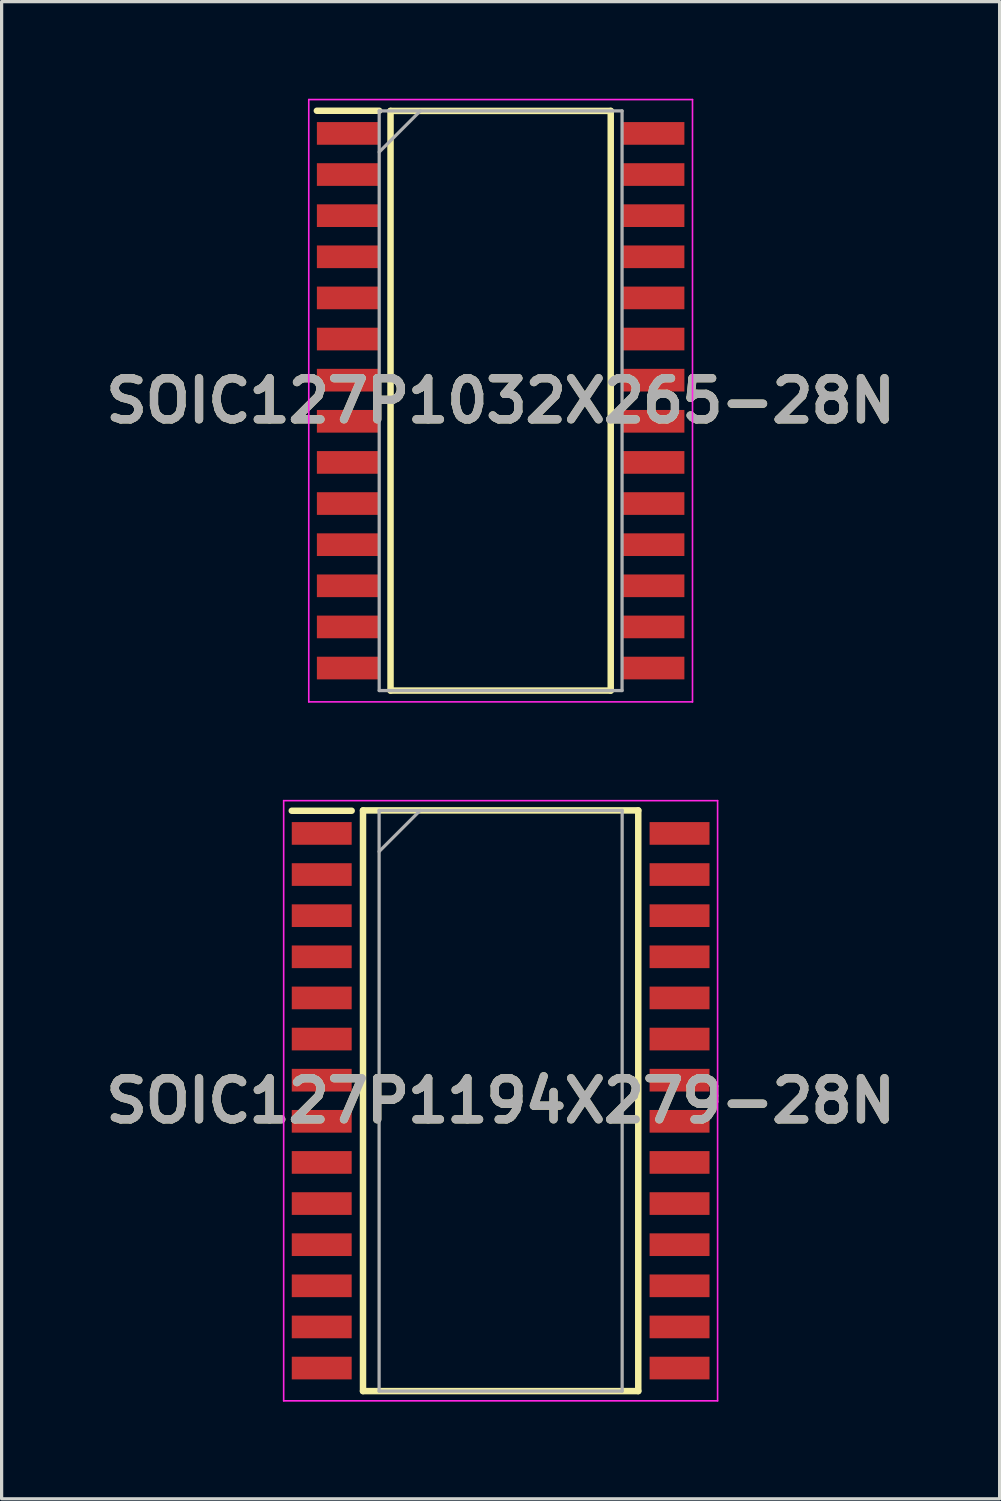
<source format=kicad_pcb>
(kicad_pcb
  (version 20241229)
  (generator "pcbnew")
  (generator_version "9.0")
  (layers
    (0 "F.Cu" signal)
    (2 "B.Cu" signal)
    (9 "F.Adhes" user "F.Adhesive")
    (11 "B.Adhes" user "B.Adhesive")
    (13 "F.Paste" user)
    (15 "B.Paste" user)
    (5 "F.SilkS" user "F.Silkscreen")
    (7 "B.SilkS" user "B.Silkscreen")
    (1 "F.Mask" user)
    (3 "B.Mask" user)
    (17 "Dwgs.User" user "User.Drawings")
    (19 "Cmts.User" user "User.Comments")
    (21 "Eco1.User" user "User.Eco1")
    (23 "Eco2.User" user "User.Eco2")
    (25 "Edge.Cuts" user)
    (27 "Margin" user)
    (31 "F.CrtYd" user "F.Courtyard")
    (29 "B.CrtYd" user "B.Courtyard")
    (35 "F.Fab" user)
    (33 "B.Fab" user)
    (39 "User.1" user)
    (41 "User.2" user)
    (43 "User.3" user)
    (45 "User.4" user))
  (footprint "SOIC127P1194X279-28N"
    (layer "F.Cu")
    (at 12.41 30.942)
    (property "Reference" "SOIC127P1194X279-28N" (at 0 0 0) (layer "F.SilkS") (effects (font (size 1.27 1.27) (thickness 0.254))))
    (attr smd)
    (fp_line (start -6.45 -8.955) (end -4.6 -8.955) (stroke (width 0.2) (type solid)) (layer "F.SilkS"))
    (fp_line (start -4.25 -8.966) (end 4.25 -8.966) (stroke (width 0.2) (type solid)) (layer "F.SilkS"))
    (fp_line (start -4.25 8.966) (end -4.25 -8.966) (stroke (width 0.2) (type solid)) (layer "F.SilkS"))
    (fp_line (start 4.25 -8.966) (end 4.25 8.966) (stroke (width 0.2) (type solid)) (layer "F.SilkS"))
    (fp_line (start 4.25 8.966) (end -4.25 8.966) (stroke (width 0.2) (type solid)) (layer "F.SilkS"))
    (fp_line (start -6.7 -9.267) (end 6.7 -9.267) (stroke (width 0.05) (type solid)) (layer "F.CrtYd"))
    (fp_line (start -6.7 9.267) (end -6.7 -9.267) (stroke (width 0.05) (type solid)) (layer "F.CrtYd"))
    (fp_line (start 6.7 -9.267) (end 6.7 9.267) (stroke (width 0.05) (type solid)) (layer "F.CrtYd"))
    (fp_line (start 6.7 9.267) (end -6.7 9.267) (stroke (width 0.05) (type solid)) (layer "F.CrtYd"))
    (fp_line (start -3.753 -8.966) (end 3.753 -8.966) (stroke (width 0.1) (type solid)) (layer "F.Fab"))
    (fp_line (start -3.753 -7.696) (end -2.483 -8.966) (stroke (width 0.1) (type solid)) (layer "F.Fab"))
    (fp_line (start -3.753 8.966) (end -3.753 -8.966) (stroke (width 0.1) (type solid)) (layer "F.Fab"))
    (fp_line (start 3.753 -8.966) (end 3.753 8.966) (stroke (width 0.1) (type solid)) (layer "F.Fab"))
    (fp_line (start 3.753 8.966) (end -3.753 8.966) (stroke (width 0.1) (type solid)) (layer "F.Fab"))
    (fp_text user "${REFERENCE}" (at 0 0 0) (layer "F.Fab") (effects (font (size 1.27 1.27) (thickness 0.254))))
    (pad "1" smd rect (at -5.525 -8.255 90) (size 0.7 1.85) (layers "F.Cu" "F.Mask" "F.Paste"))
    (pad "2" smd rect (at -5.525 -6.985 90) (size 0.7 1.85) (layers "F.Cu" "F.Mask" "F.Paste"))
    (pad "3" smd rect (at -5.525 -5.715 90) (size 0.7 1.85) (layers "F.Cu" "F.Mask" "F.Paste"))
    (pad "4" smd rect (at -5.525 -4.445 90) (size 0.7 1.85) (layers "F.Cu" "F.Mask" "F.Paste"))
    (pad "5" smd rect (at -5.525 -3.175 90) (size 0.7 1.85) (layers "F.Cu" "F.Mask" "F.Paste"))
    (pad "6" smd rect (at -5.525 -1.905 90) (size 0.7 1.85) (layers "F.Cu" "F.Mask" "F.Paste"))
    (pad "7" smd rect (at -5.525 -0.635 90) (size 0.7 1.85) (layers "F.Cu" "F.Mask" "F.Paste"))
    (pad "8" smd rect (at -5.525 0.635 90) (size 0.7 1.85) (layers "F.Cu" "F.Mask" "F.Paste"))
    (pad "9" smd rect (at -5.525 1.905 90) (size 0.7 1.85) (layers "F.Cu" "F.Mask" "F.Paste"))
    (pad "10" smd rect (at -5.525 3.175 90) (size 0.7 1.85) (layers "F.Cu" "F.Mask" "F.Paste"))
    (pad "11" smd rect (at -5.525 4.445 90) (size 0.7 1.85) (layers "F.Cu" "F.Mask" "F.Paste"))
    (pad "12" smd rect (at -5.525 5.715 90) (size 0.7 1.85) (layers "F.Cu" "F.Mask" "F.Paste"))
    (pad "13" smd rect (at -5.525 6.985 90) (size 0.7 1.85) (layers "F.Cu" "F.Mask" "F.Paste"))
    (pad "14" smd rect (at -5.525 8.255 90) (size 0.7 1.85) (layers "F.Cu" "F.Mask" "F.Paste"))
    (pad "15" smd rect (at 5.525 8.255 90) (size 0.7 1.85) (layers "F.Cu" "F.Mask" "F.Paste"))
    (pad "16" smd rect (at 5.525 6.985 90) (size 0.7 1.85) (layers "F.Cu" "F.Mask" "F.Paste"))
    (pad "17" smd rect (at 5.525 5.715 90) (size 0.7 1.85) (layers "F.Cu" "F.Mask" "F.Paste"))
    (pad "18" smd rect (at 5.525 4.445 90) (size 0.7 1.85) (layers "F.Cu" "F.Mask" "F.Paste"))
    (pad "19" smd rect (at 5.525 3.175 90) (size 0.7 1.85) (layers "F.Cu" "F.Mask" "F.Paste"))
    (pad "20" smd rect (at 5.525 1.905 90) (size 0.7 1.85) (layers "F.Cu" "F.Mask" "F.Paste"))
    (pad "21" smd rect (at 5.525 0.635 90) (size 0.7 1.85) (layers "F.Cu" "F.Mask" "F.Paste"))
    (pad "22" smd rect (at 5.525 -0.635 90) (size 0.7 1.85) (layers "F.Cu" "F.Mask" "F.Paste"))
    (pad "23" smd rect (at 5.525 -1.905 90) (size 0.7 1.85) (layers "F.Cu" "F.Mask" "F.Paste"))
    (pad "24" smd rect (at 5.525 -3.175 90) (size 0.7 1.85) (layers "F.Cu" "F.Mask" "F.Paste"))
    (pad "25" smd rect (at 5.525 -4.445 90) (size 0.7 1.85) (layers "F.Cu" "F.Mask" "F.Paste"))
    (pad "26" smd rect (at 5.525 -5.715 90) (size 0.7 1.85) (layers "F.Cu" "F.Mask" "F.Paste"))
    (pad "27" smd rect (at 5.525 -6.985 90) (size 0.7 1.85) (layers "F.Cu" "F.Mask" "F.Paste"))
    (pad "28" smd rect (at 5.525 -8.255 90) (size 0.7 1.85) (layers "F.Cu" "F.Mask" "F.Paste")))
  (footprint "SOIC127P1032X265-28N"
    (layer "F.Cu")
    (at 12.41 9.325)
    (property "Reference" "SOIC127P1032X265-28N" (at 0 0 0) (layer "F.SilkS") (effects (font (size 1.27 1.27) (thickness 0.254))))
    (attr smd)
    (fp_line (start -5.675 -8.955) (end -3.75 -8.955) (stroke (width 0.2) (type solid)) (layer "F.SilkS"))
    (fp_line (start -3.4 -8.95) (end 3.4 -8.95) (stroke (width 0.2) (type solid)) (layer "F.SilkS"))
    (fp_line (start -3.4 8.95) (end -3.4 -8.95) (stroke (width 0.2) (type solid)) (layer "F.SilkS"))
    (fp_line (start 3.4 -8.95) (end 3.4 8.95) (stroke (width 0.2) (type solid)) (layer "F.SilkS"))
    (fp_line (start 3.4 8.95) (end -3.4 8.95) (stroke (width 0.2) (type solid)) (layer "F.SilkS"))
    (fp_line (start -5.925 -9.3) (end 5.925 -9.3) (stroke (width 0.05) (type solid)) (layer "F.CrtYd"))
    (fp_line (start -5.925 9.3) (end -5.925 -9.3) (stroke (width 0.05) (type solid)) (layer "F.CrtYd"))
    (fp_line (start 5.925 -9.3) (end 5.925 9.3) (stroke (width 0.05) (type solid)) (layer "F.CrtYd"))
    (fp_line (start 5.925 9.3) (end -5.925 9.3) (stroke (width 0.05) (type solid)) (layer "F.CrtYd"))
    (fp_line (start -3.75 -8.95) (end 3.75 -8.95) (stroke (width 0.1) (type solid)) (layer "F.Fab"))
    (fp_line (start -3.75 -7.68) (end -2.48 -8.95) (stroke (width 0.1) (type solid)) (layer "F.Fab"))
    (fp_line (start -3.75 8.95) (end -3.75 -8.95) (stroke (width 0.1) (type solid)) (layer "F.Fab"))
    (fp_line (start 3.75 -8.95) (end 3.75 8.95) (stroke (width 0.1) (type solid)) (layer "F.Fab"))
    (fp_line (start 3.75 8.95) (end -3.75 8.95) (stroke (width 0.1) (type solid)) (layer "F.Fab"))
    (fp_text user "${REFERENCE}" (at 0 0 0) (layer "F.Fab") (effects (font (size 1.27 1.27) (thickness 0.254))))
    (pad "1" smd rect (at -4.712 -8.255 90) (size 0.7 1.925) (layers "F.Cu" "F.Mask" "F.Paste"))
    (pad "2" smd rect (at -4.712 -6.985 90) (size 0.7 1.925) (layers "F.Cu" "F.Mask" "F.Paste"))
    (pad "3" smd rect (at -4.712 -5.715 90) (size 0.7 1.925) (layers "F.Cu" "F.Mask" "F.Paste"))
    (pad "4" smd rect (at -4.712 -4.445 90) (size 0.7 1.925) (layers "F.Cu" "F.Mask" "F.Paste"))
    (pad "5" smd rect (at -4.712 -3.175 90) (size 0.7 1.925) (layers "F.Cu" "F.Mask" "F.Paste"))
    (pad "6" smd rect (at -4.712 -1.905 90) (size 0.7 1.925) (layers "F.Cu" "F.Mask" "F.Paste"))
    (pad "7" smd rect (at -4.712 -0.635 90) (size 0.7 1.925) (layers "F.Cu" "F.Mask" "F.Paste"))
    (pad "8" smd rect (at -4.712 0.635 90) (size 0.7 1.925) (layers "F.Cu" "F.Mask" "F.Paste"))
    (pad "9" smd rect (at -4.712 1.905 90) (size 0.7 1.925) (layers "F.Cu" "F.Mask" "F.Paste"))
    (pad "10" smd rect (at -4.712 3.175 90) (size 0.7 1.925) (layers "F.Cu" "F.Mask" "F.Paste"))
    (pad "11" smd rect (at -4.712 4.445 90) (size 0.7 1.925) (layers "F.Cu" "F.Mask" "F.Paste"))
    (pad "12" smd rect (at -4.712 5.715 90) (size 0.7 1.925) (layers "F.Cu" "F.Mask" "F.Paste"))
    (pad "13" smd rect (at -4.712 6.985 90) (size 0.7 1.925) (layers "F.Cu" "F.Mask" "F.Paste"))
    (pad "14" smd rect (at -4.712 8.255 90) (size 0.7 1.925) (layers "F.Cu" "F.Mask" "F.Paste"))
    (pad "15" smd rect (at 4.712 8.255 90) (size 0.7 1.925) (layers "F.Cu" "F.Mask" "F.Paste"))
    (pad "16" smd rect (at 4.712 6.985 90) (size 0.7 1.925) (layers "F.Cu" "F.Mask" "F.Paste"))
    (pad "17" smd rect (at 4.712 5.715 90) (size 0.7 1.925) (layers "F.Cu" "F.Mask" "F.Paste"))
    (pad "18" smd rect (at 4.712 4.445 90) (size 0.7 1.925) (layers "F.Cu" "F.Mask" "F.Paste"))
    (pad "19" smd rect (at 4.712 3.175 90) (size 0.7 1.925) (layers "F.Cu" "F.Mask" "F.Paste"))
    (pad "20" smd rect (at 4.712 1.905 90) (size 0.7 1.925) (layers "F.Cu" "F.Mask" "F.Paste"))
    (pad "21" smd rect (at 4.712 0.635 90) (size 0.7 1.925) (layers "F.Cu" "F.Mask" "F.Paste"))
    (pad "22" smd rect (at 4.712 -0.635 90) (size 0.7 1.925) (layers "F.Cu" "F.Mask" "F.Paste"))
    (pad "23" smd rect (at 4.712 -1.905 90) (size 0.7 1.925) (layers "F.Cu" "F.Mask" "F.Paste"))
    (pad "24" smd rect (at 4.712 -3.175 90) (size 0.7 1.925) (layers "F.Cu" "F.Mask" "F.Paste"))
    (pad "25" smd rect (at 4.712 -4.445 90) (size 0.7 1.925) (layers "F.Cu" "F.Mask" "F.Paste"))
    (pad "26" smd rect (at 4.712 -5.715 90) (size 0.7 1.925) (layers "F.Cu" "F.Mask" "F.Paste"))
    (pad "27" smd rect (at 4.712 -6.985 90) (size 0.7 1.925) (layers "F.Cu" "F.Mask" "F.Paste"))
    (pad "28" smd rect (at 4.712 -8.255 90) (size 0.7 1.925) (layers "F.Cu" "F.Mask" "F.Paste")))
  (gr_rect
    (start -3 -3)
    (end 27.819 43.234)
    (stroke (width 0.1) (type default))
    (fill no)
    (layer "Edge.Cuts")))
</source>
